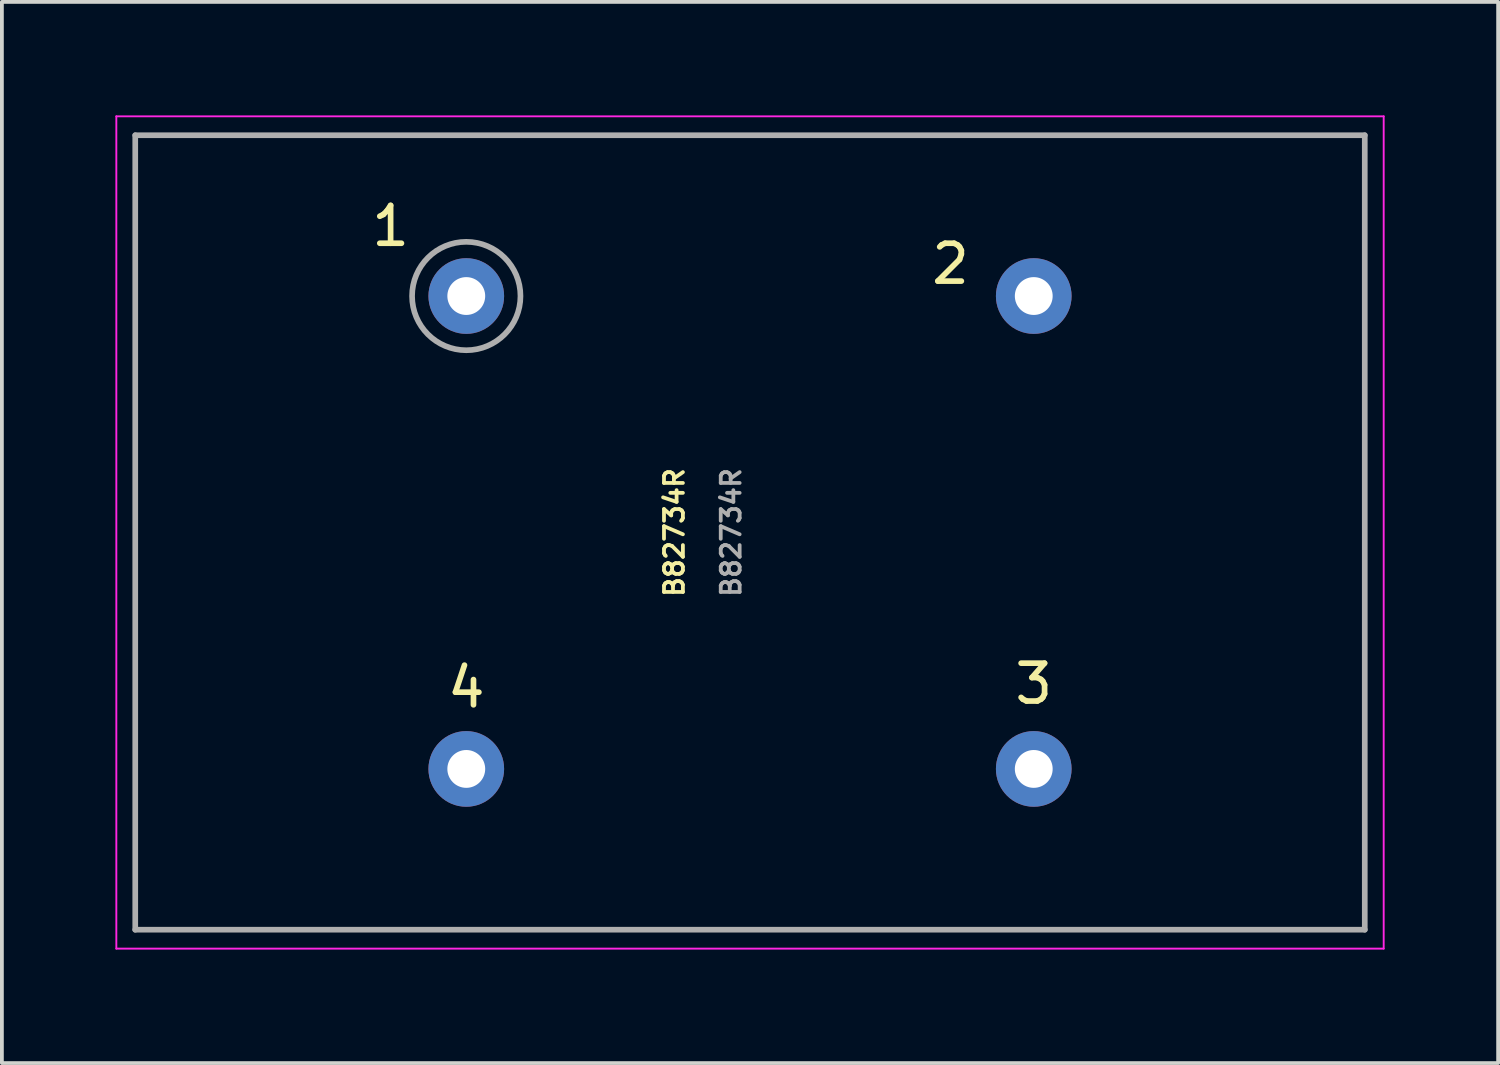
<source format=kicad_pcb>
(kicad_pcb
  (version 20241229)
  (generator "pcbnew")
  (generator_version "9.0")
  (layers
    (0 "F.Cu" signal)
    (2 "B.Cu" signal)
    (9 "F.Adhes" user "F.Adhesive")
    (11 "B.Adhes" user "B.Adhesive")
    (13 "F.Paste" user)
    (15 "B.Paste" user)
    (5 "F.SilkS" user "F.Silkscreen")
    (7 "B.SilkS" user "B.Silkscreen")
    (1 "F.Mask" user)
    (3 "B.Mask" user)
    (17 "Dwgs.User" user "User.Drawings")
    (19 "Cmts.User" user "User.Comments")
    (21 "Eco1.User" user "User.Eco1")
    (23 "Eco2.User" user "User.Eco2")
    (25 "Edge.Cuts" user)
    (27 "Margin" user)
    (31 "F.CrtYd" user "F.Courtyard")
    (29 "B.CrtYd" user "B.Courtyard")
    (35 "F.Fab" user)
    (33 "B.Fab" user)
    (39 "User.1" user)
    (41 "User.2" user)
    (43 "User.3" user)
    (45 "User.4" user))
  (footprint "B82734R"
    (layer "F.Cu")
    (at 16.775 11.025)
    (property "Reference" "B82734R" (at -2 0 90) (layer "F.SilkS") (effects (font (size 0.5 0.5) (thickness 0.1))))
    (attr smd)
    (fp_line (start -16.75 11) (end -16.75 -11) (stroke (width 0.05) (type solid)) (layer "F.CrtYd"))
    (fp_line (start -16.75 11) (end 16.75 11) (stroke (width 0.05) (type solid)) (layer "F.CrtYd"))
    (fp_line (start 16.75 -11) (end -16.75 -11) (stroke (width 0.05) (type solid)) (layer "F.CrtYd"))
    (fp_line (start 16.75 11) (end 16.75 -11) (stroke (width 0.05) (type solid)) (layer "F.CrtYd"))
    (fp_line (start -16.25 -10.5) (end 16.25 -10.5) (stroke (width 0.15) (type solid)) (layer "F.Fab"))
    (fp_line (start -16.25 10.5) (end -16.25 -10.5) (stroke (width 0.15) (type solid)) (layer "F.Fab"))
    (fp_line (start 16.25 -10.5) (end 16.25 10.5) (stroke (width 0.15) (type solid)) (layer "F.Fab"))
    (fp_line (start 16.25 10.5) (end -16.25 10.5) (stroke (width 0.15) (type solid)) (layer "F.Fab"))
    (fp_circle (center -7.5 -6.25) (end -6.8 -5) (stroke (width 0.15) (type solid)) (fill no) (layer "F.Fab"))
    (fp_text user "2" (at 5.3 -7.1 0) (layer "F.SilkS") (effects (font (size 1 1) (thickness 0.15))))
    (fp_text user "1" (at -9.5 -8.1 0) (layer "F.SilkS") (effects (font (size 1 1) (thickness 0.15))))
    (fp_text user "3" (at 7.5 4 0) (layer "F.SilkS") (effects (font (size 1 1) (thickness 0.15))))
    (fp_text user "4" (at -7.5 4.1 0) (layer "F.SilkS") (effects (font (size 1 1) (thickness 0.15))))
    (fp_text user "${REFERENCE}" (at -0.5 0 90) (layer "F.Fab") (effects (font (size 0.5 0.5) (thickness 0.1))))
    (pad "1" thru_hole circle (at -7.5 -6.25 90) (size 2 2) (drill 1) (layers "*.Cu" "*.Mask"))
    (pad "2" thru_hole circle (at 7.5 -6.25 90) (size 2 2) (drill 1) (layers "*.Cu" "*.Mask"))
    (pad "3" thru_hole circle (at 7.5 6.25 90) (size 2 2) (drill 1) (layers "*.Cu" "*.Mask"))
    (pad "4" thru_hole circle (at -7.5 6.25 90) (size 2 2) (drill 1) (layers "*.Cu" "*.Mask")))
  (gr_rect
    (start -3 -3)
    (end 36.55 25.05)
    (stroke (width 0.1) (type default))
    (fill no)
    (layer "Edge.Cuts")))
</source>
